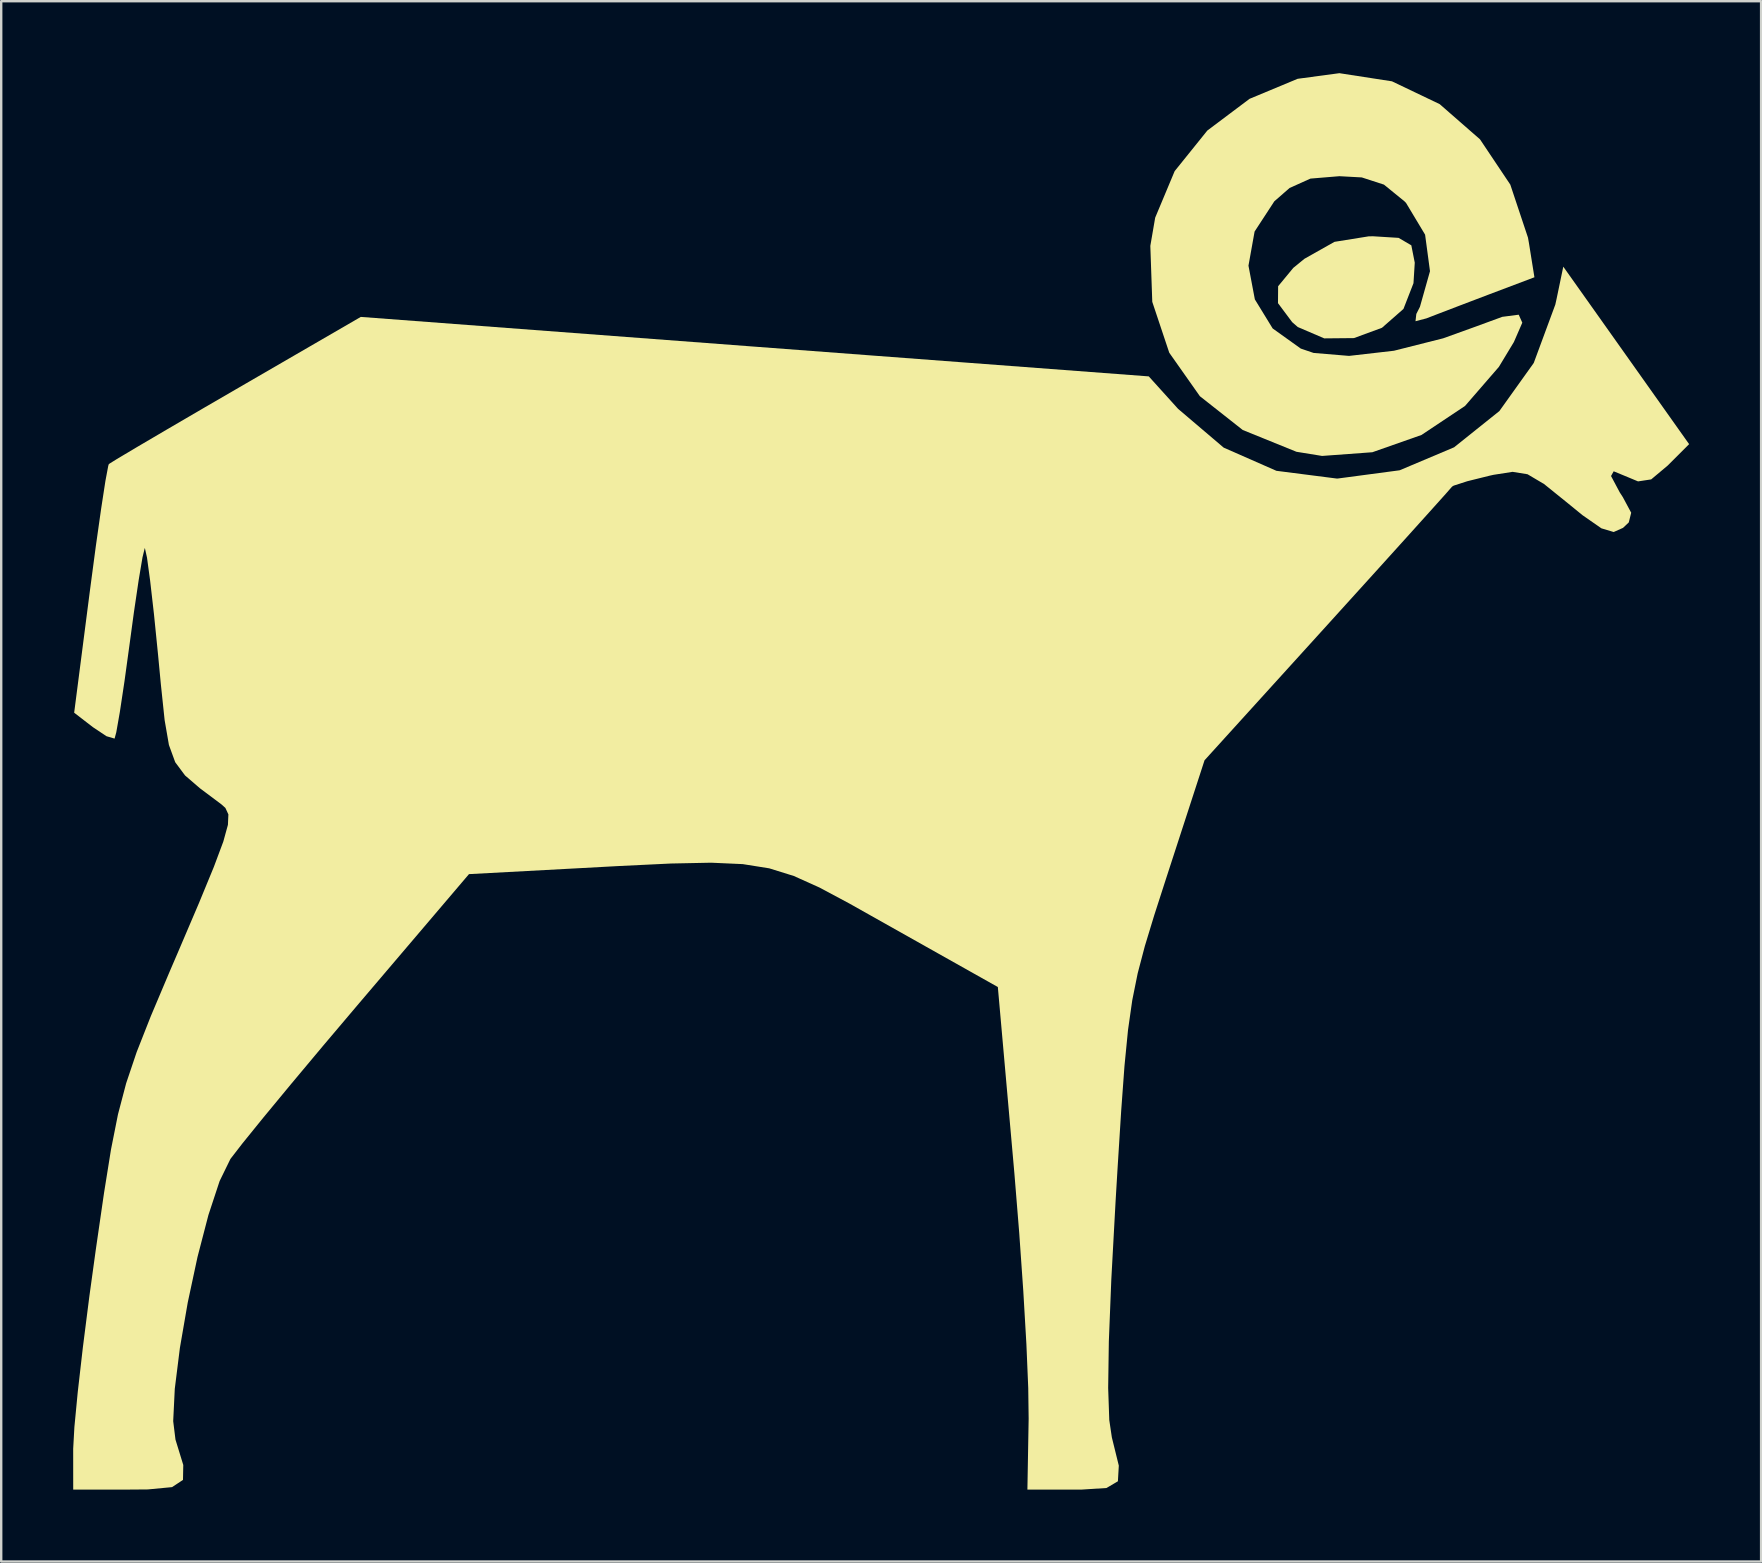
<source format=kicad_pcb>
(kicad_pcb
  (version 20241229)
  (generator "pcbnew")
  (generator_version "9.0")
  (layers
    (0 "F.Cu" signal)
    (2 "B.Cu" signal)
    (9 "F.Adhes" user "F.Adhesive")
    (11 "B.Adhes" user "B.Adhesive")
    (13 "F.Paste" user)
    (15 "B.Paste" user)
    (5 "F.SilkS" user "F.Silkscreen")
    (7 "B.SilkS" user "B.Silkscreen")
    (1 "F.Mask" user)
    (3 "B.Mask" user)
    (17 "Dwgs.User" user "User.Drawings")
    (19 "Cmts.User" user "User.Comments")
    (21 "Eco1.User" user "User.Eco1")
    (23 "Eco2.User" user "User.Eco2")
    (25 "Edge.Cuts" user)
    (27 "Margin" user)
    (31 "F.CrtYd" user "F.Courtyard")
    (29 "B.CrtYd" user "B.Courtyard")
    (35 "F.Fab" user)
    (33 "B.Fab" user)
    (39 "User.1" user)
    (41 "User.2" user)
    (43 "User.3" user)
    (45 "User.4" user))
  (footprint "RAM"
    (layer "F.Cu")
    (at 32.914 28.62)
    (property "Reference" "RAM" (at 0 0 0) (layer "F.SilkS") (effects (font (size 1.5 1.5) (thickness 0.3))))
    (attr board_only exclude_from_pos_files exclude_from_bom)
    (fp_poly (pts (xy 22.323 -21.757) (xy 22.853 -21.446) (xy 22.996 -20.722) (xy 22.943 -19.868) (xy 22.525 -18.795) (xy 21.63 -18.01) (xy 20.462 -17.58) (xy 19.225 -17.568) (xy 18.121 -18.041) (xy 17.887 -18.245) (xy 17.296 -19.036) (xy 17.302 -19.741) (xy 17.934 -20.506) (xy 18.4 -20.886) (xy 19.65 -21.591) (xy 21.08 -21.821) (xy 21.262 -21.823)) (stroke (width 0) (type solid)) (fill yes) (layer "F.SilkS"))
    (fp_poly (pts (xy 22.046 -28.281) (xy 24.035 -27.33) (xy 25.715 -25.863) (xy 26.978 -23.976) (xy 27.715 -21.766) (xy 27.755 -21.538) (xy 27.983 -20.115) (xy 26.065 -19.39) (xy 24.883 -18.94) (xy 23.893 -18.561) (xy 23.48 -18.401) (xy 23.027 -18.283) (xy 23.061 -18.586) (xy 23.212 -18.883) (xy 23.631 -20.368) (xy 23.427 -21.89) (xy 22.635 -23.209) (xy 22.566 -23.281) (xy 21.712 -23.976) (xy 20.789 -24.276) (xy 19.855 -24.327) (xy 18.649 -24.227) (xy 17.78 -23.836) (xy 17.144 -23.281) (xy 16.321 -22.02) (xy 16.066 -20.598) (xy 16.332 -19.193) (xy 17.074 -17.982) (xy 18.246 -17.143) (xy 18.781 -16.961) (xy 20.258 -16.838) (xy 22.129 -17.053) (xy 24.181 -17.571) (xy 25.391 -18.007) (xy 26.645 -18.466) (xy 27.329 -18.555) (xy 27.478 -18.222) (xy 27.127 -17.415) (xy 26.501 -16.379) (xy 25.091 -14.752) (xy 23.274 -13.542) (xy 21.229 -12.823) (xy 19.134 -12.669) (xy 18.066 -12.842) (xy 15.827 -13.75) (xy 14.041 -15.158) (xy 12.765 -16.97) (xy 12.057 -19.09) (xy 11.976 -21.423) (xy 12.178 -22.598) (xy 12.99 -24.538) (xy 14.352 -26.23) (xy 16.112 -27.552) (xy 18.115 -28.386) (xy 19.855 -28.62)) (stroke (width 0) (type solid)) (fill yes) (layer "F.SilkS"))
    (fp_poly (pts (xy 31.808 -16.859) (xy 34.43 -13.16) (xy 33.537 -12.268) (xy 32.849 -11.691) (xy 32.301 -11.608) (xy 31.884 -11.782) (xy 31.286 -12.029) (xy 31.176 -11.832) (xy 31.542 -11.145) (xy 31.669 -10.949) (xy 32.016 -10.302) (xy 31.916 -9.899) (xy 31.675 -9.671) (xy 31.286 -9.498) (xy 30.774 -9.652) (xy 29.986 -10.2) (xy 29.371 -10.702) (xy 28.383 -11.499) (xy 27.695 -11.906) (xy 27.073 -12.006) (xy 26.28 -11.882) (xy 26.117 -11.846) (xy 25.187 -11.615) (xy 24.62 -11.432) (xy 24.551 -11.39) (xy 24.298 -11.101) (xy 23.635 -10.362) (xy 22.634 -9.251) (xy 21.365 -7.847) (xy 19.9 -6.23) (xy 19.354 -5.627) (xy 14.235 0.015) (xy 12.638 4.926) (xy 12.136 6.482) (xy 11.747 7.76) (xy 11.449 8.893) (xy 11.223 10.014) (xy 11.046 11.255) (xy 10.899 12.75) (xy 10.761 14.63) (xy 10.61 17.029) (xy 10.528 18.393) (xy 10.35 21.651) (xy 10.247 24.233) (xy 10.219 26.174) (xy 10.265 27.51) (xy 10.372 28.231) (xy 10.662 29.41) (xy 10.625 30.062) (xy 10.15 30.342) (xy 9.122 30.408) (xy 8.793 30.408) (xy 6.853 30.408) (xy 6.905 27.457) (xy 6.888 26.174) (xy 6.811 24.345) (xy 6.682 22.135) (xy 6.512 19.709) (xy 6.311 17.234) (xy 6.289 16.985) (xy 5.621 9.464) (xy 1.024 6.879) (xy -0.552 5.992) (xy -1.81 5.319) (xy -2.883 4.836) (xy -3.904 4.518) (xy -5.009 4.342) (xy -6.33 4.283) (xy -8.002 4.317) (xy -10.159 4.421) (xy -12.088 4.526) (xy -16.419 4.759) (xy -21.015 10.16) (xy -22.484 11.895) (xy -23.837 13.512) (xy -24.99 14.907) (xy -25.855 15.975) (xy -26.347 16.611) (xy -26.364 16.635) (xy -26.811 17.55) (xy -27.278 18.966) (xy -27.732 20.711) (xy -28.14 22.614) (xy -28.467 24.504) (xy -28.68 26.208) (xy -28.746 27.556) (xy -28.651 28.326) (xy -28.326 29.383) (xy -28.338 30.005) (xy -28.794 30.306) (xy -29.802 30.402) (xy -30.587 30.408) (xy -32.913 30.408) (xy -32.914 28.709) (xy -32.864 27.806) (xy -32.724 26.346) (xy -32.51 24.479) (xy -32.24 22.355) (xy -31.969 20.392) (xy -31.629 18.049) (xy -31.338 16.235) (xy -31.047 14.771) (xy -30.707 13.477) (xy -30.268 12.174) (xy -29.68 10.682) (xy -28.894 8.822) (xy -28.562 8.049) (xy -27.677 5.976) (xy -27.052 4.459) (xy -26.657 3.401) (xy -26.465 2.704) (xy -26.446 2.27) (xy -26.571 2) (xy -26.735 1.853) (xy -27.631 1.182) (xy -28.252 0.647) (xy -28.662 0.095) (xy -28.924 -0.623) (xy -29.103 -1.658) (xy -29.261 -3.16) (xy -29.377 -4.383) (xy -29.548 -6.079) (xy -29.707 -7.469) (xy -29.837 -8.426) (xy -29.924 -8.821) (xy -29.933 -8.823) (xy -30.026 -8.44) (xy -30.184 -7.499) (xy -30.384 -6.148) (xy -30.559 -4.858) (xy -30.775 -3.286) (xy -30.969 -2) (xy -31.118 -1.152) (xy -31.189 -0.889) (xy -31.526 -0.988) (xy -32.093 -1.366) (xy -32.873 -1.968) (xy -32.212 -7.091) (xy -31.969 -8.918) (xy -31.748 -10.475) (xy -31.57 -11.631) (xy -31.452 -12.258) (xy -31.427 -12.332) (xy -31.091 -12.541) (xy -30.241 -13.047) (xy -28.98 -13.788) (xy -27.414 -14.702) (xy -26.115 -15.456) (xy -20.928 -18.463) (xy -4.509 -17.223) (xy 11.911 -15.984) (xy 13.133 -14.631) (xy 15.033 -13.015) (xy 17.23 -12.049) (xy 19.735 -11.728) (xy 19.792 -11.728) (xy 22.367 -12.071) (xy 24.636 -13.029) (xy 26.524 -14.541) (xy 27.955 -16.544) (xy 28.854 -18.977) (xy 28.907 -19.217) (xy 29.186 -20.557)) (stroke (width 0) (type solid)) (fill yes) (layer "F.SilkS")))
  (gr_rect
    (start -3 -3)
    (end 70.344 62.028)
    (stroke (width 0.1) (type default))
    (fill no)
    (layer "Edge.Cuts")))
</source>
